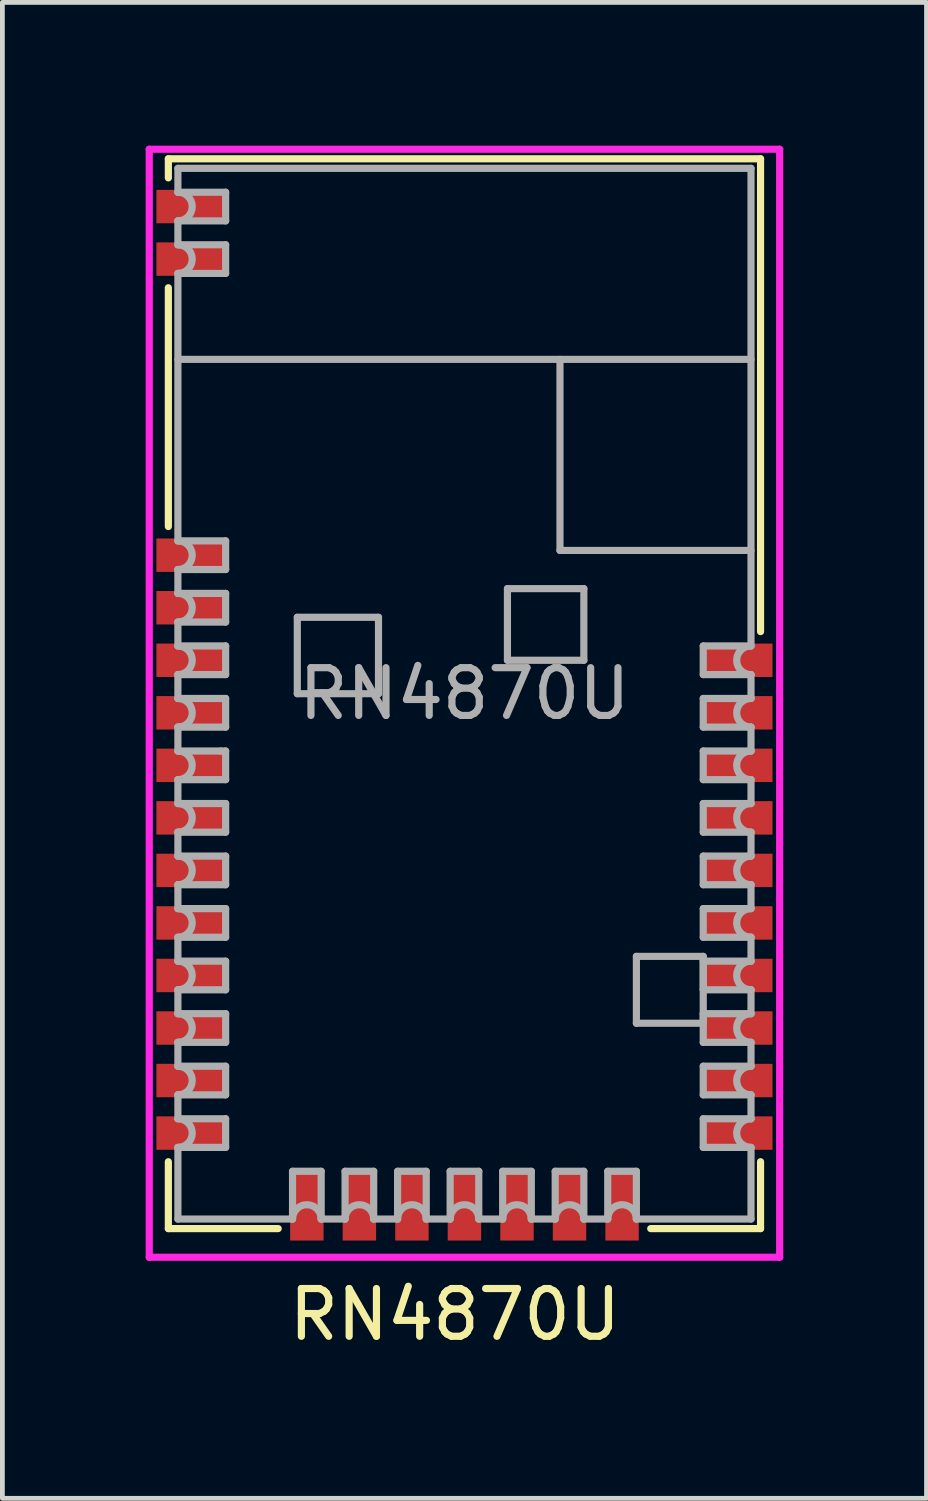
<source format=kicad_pcb>
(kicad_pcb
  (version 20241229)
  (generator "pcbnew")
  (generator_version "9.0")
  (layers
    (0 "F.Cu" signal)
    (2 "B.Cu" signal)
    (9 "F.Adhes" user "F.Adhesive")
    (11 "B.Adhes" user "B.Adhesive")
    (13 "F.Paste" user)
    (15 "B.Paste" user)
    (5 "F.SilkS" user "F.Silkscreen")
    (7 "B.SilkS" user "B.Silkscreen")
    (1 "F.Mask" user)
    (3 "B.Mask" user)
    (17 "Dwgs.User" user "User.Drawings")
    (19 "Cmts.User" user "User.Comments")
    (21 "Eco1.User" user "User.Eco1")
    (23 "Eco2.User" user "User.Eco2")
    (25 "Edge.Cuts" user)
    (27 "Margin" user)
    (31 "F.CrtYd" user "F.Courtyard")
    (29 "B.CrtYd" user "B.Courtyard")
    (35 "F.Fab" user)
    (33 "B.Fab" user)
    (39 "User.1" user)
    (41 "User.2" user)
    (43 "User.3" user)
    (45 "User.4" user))
  (footprint "RN4870U"
    (layer "F.Cu")
    (at 6.675 11.475)
    (property "Reference" "RN4870U" (at -0.2 13 0) (layer "F.SilkS") (effects (font (size 1 1) (thickness 0.15))))
    (attr through_hole)
    (fp_line (start -6.2 -11.2) (end 6.2 -11.2) (stroke (width 0.15) (type solid)) (layer "F.SilkS"))
    (fp_line (start -6.2 -10.8) (end -6.2 -11.2) (stroke (width 0.15) (type solid)) (layer "F.SilkS"))
    (fp_line (start -6.2 -3.5) (end -6.2 -8.5) (stroke (width 0.15) (type solid)) (layer "F.SilkS"))
    (fp_line (start -6.2 11.2) (end -6.2 9.8) (stroke (width 0.15) (type solid)) (layer "F.SilkS"))
    (fp_line (start -3.9 11.2) (end -6.2 11.2) (stroke (width 0.15) (type solid)) (layer "F.SilkS"))
    (fp_line (start 6.2 -11.2) (end 6.2 -1.3) (stroke (width 0.15) (type solid)) (layer "F.SilkS"))
    (fp_line (start 6.2 9.8) (end 6.2 11.2) (stroke (width 0.15) (type solid)) (layer "F.SilkS"))
    (fp_line (start 6.2 11.2) (end 3.9 11.2) (stroke (width 0.15) (type solid)) (layer "F.SilkS"))
    (fp_line (start -6.6 -11.4) (end -6.6 11.8) (stroke (width 0.15) (type solid)) (layer "F.CrtYd"))
    (fp_line (start -6.6 -11.4) (end 6.6 -11.4) (stroke (width 0.15) (type solid)) (layer "F.CrtYd"))
    (fp_line (start -6.6 11.8) (end 6.6 11.8) (stroke (width 0.15) (type solid)) (layer "F.CrtYd"))
    (fp_line (start 6.6 11.8) (end 6.6 -11.4) (stroke (width 0.15) (type solid)) (layer "F.CrtYd"))
    (fp_line (start -6 -11) (end 6 -11) (stroke (width 0.15) (type solid)) (layer "F.Fab"))
    (fp_line (start -6 -10.5) (end -6 -11) (stroke (width 0.15) (type solid)) (layer "F.Fab"))
    (fp_line (start -6 -10.5) (end -5 -10.5) (stroke (width 0.15) (type solid)) (layer "F.Fab"))
    (fp_line (start -6 -9.9) (end -6 -9.4) (stroke (width 0.15) (type solid)) (layer "F.Fab"))
    (fp_line (start -6 -9.4) (end -5 -9.4) (stroke (width 0.15) (type solid)) (layer "F.Fab"))
    (fp_line (start -6 -7) (end 6 -7) (stroke (width 0.15) (type solid)) (layer "F.Fab"))
    (fp_line (start -6 -3.2) (end -6 -8.8) (stroke (width 0.15) (type solid)) (layer "F.Fab"))
    (fp_line (start -6 -3.2) (end -5 -3.2) (stroke (width 0.15) (type solid)) (layer "F.Fab"))
    (fp_line (start -6 -2.1) (end -6 -2.6) (stroke (width 0.15) (type solid)) (layer "F.Fab"))
    (fp_line (start -6 -2.1) (end -5 -2.1) (stroke (width 0.15) (type solid)) (layer "F.Fab"))
    (fp_line (start -6 -1) (end -6 -1.5) (stroke (width 0.15) (type solid)) (layer "F.Fab"))
    (fp_line (start -6 -1) (end -5 -1) (stroke (width 0.15) (type solid)) (layer "F.Fab"))
    (fp_line (start -6 0.1) (end -6 -0.4) (stroke (width 0.15) (type solid)) (layer "F.Fab"))
    (fp_line (start -6 0.1) (end -5 0.1) (stroke (width 0.15) (type solid)) (layer "F.Fab"))
    (fp_line (start -6 1.2) (end -6 0.7) (stroke (width 0.15) (type solid)) (layer "F.Fab"))
    (fp_line (start -6 1.2) (end -5.1 1.2) (stroke (width 0.15) (type solid)) (layer "F.Fab"))
    (fp_line (start -6 2.3) (end -6 1.8) (stroke (width 0.15) (type solid)) (layer "F.Fab"))
    (fp_line (start -6 2.3) (end -5 2.3) (stroke (width 0.15) (type solid)) (layer "F.Fab"))
    (fp_line (start -6 3.4) (end -6 2.9) (stroke (width 0.15) (type solid)) (layer "F.Fab"))
    (fp_line (start -6 3.4) (end -5 3.4) (stroke (width 0.15) (type solid)) (layer "F.Fab"))
    (fp_line (start -6 4.5) (end -6 4) (stroke (width 0.15) (type solid)) (layer "F.Fab"))
    (fp_line (start -6 4.5) (end -5 4.5) (stroke (width 0.15) (type solid)) (layer "F.Fab"))
    (fp_line (start -6 5.6) (end -6 5.1) (stroke (width 0.15) (type solid)) (layer "F.Fab"))
    (fp_line (start -6 5.6) (end -5 5.6) (stroke (width 0.15) (type solid)) (layer "F.Fab"))
    (fp_line (start -6 6.7) (end -6 6.2) (stroke (width 0.15) (type solid)) (layer "F.Fab"))
    (fp_line (start -6 6.7) (end -5 6.7) (stroke (width 0.15) (type solid)) (layer "F.Fab"))
    (fp_line (start -6 7.8) (end -6 7.3) (stroke (width 0.15) (type solid)) (layer "F.Fab"))
    (fp_line (start -6 7.8) (end -5 7.8) (stroke (width 0.15) (type solid)) (layer "F.Fab"))
    (fp_line (start -6 8.9) (end -6 8.4) (stroke (width 0.15) (type solid)) (layer "F.Fab"))
    (fp_line (start -6 9.5) (end -5 9.5) (stroke (width 0.15) (type solid)) (layer "F.Fab"))
    (fp_line (start -6 11) (end -6 9.5) (stroke (width 0.15) (type solid)) (layer "F.Fab"))
    (fp_line (start -5.1 1.2) (end -5 1.2) (stroke (width 0.15) (type solid)) (layer "F.Fab"))
    (fp_line (start -5 -10.5) (end -5 -9.9) (stroke (width 0.15) (type solid)) (layer "F.Fab"))
    (fp_line (start -5 -9.9) (end -6 -9.9) (stroke (width 0.15) (type solid)) (layer "F.Fab"))
    (fp_line (start -5 -9.4) (end -5 -8.8) (stroke (width 0.15) (type solid)) (layer "F.Fab"))
    (fp_line (start -5 -8.8) (end -6 -8.8) (stroke (width 0.15) (type solid)) (layer "F.Fab"))
    (fp_line (start -5 -3.2) (end -5 -2.6) (stroke (width 0.15) (type solid)) (layer "F.Fab"))
    (fp_line (start -5 -2.6) (end -6 -2.6) (stroke (width 0.15) (type solid)) (layer "F.Fab"))
    (fp_line (start -5 -2.1) (end -5 -1.5) (stroke (width 0.15) (type solid)) (layer "F.Fab"))
    (fp_line (start -5 -1.5) (end -6 -1.5) (stroke (width 0.15) (type solid)) (layer "F.Fab"))
    (fp_line (start -5 -1) (end -5 -0.4) (stroke (width 0.15) (type solid)) (layer "F.Fab"))
    (fp_line (start -5 -0.4) (end -6 -0.4) (stroke (width 0.15) (type solid)) (layer "F.Fab"))
    (fp_line (start -5 0.1) (end -5 0.7) (stroke (width 0.15) (type solid)) (layer "F.Fab"))
    (fp_line (start -5 0.7) (end -6 0.7) (stroke (width 0.15) (type solid)) (layer "F.Fab"))
    (fp_line (start -5 1.2) (end -5 1.8) (stroke (width 0.15) (type solid)) (layer "F.Fab"))
    (fp_line (start -5 1.8) (end -6 1.8) (stroke (width 0.15) (type solid)) (layer "F.Fab"))
    (fp_line (start -5 2.3) (end -5 2.9) (stroke (width 0.15) (type solid)) (layer "F.Fab"))
    (fp_line (start -5 2.9) (end -6 2.9) (stroke (width 0.15) (type solid)) (layer "F.Fab"))
    (fp_line (start -5 3.4) (end -5 4) (stroke (width 0.15) (type solid)) (layer "F.Fab"))
    (fp_line (start -5 4) (end -6 4) (stroke (width 0.15) (type solid)) (layer "F.Fab"))
    (fp_line (start -5 4.5) (end -5 5.1) (stroke (width 0.15) (type solid)) (layer "F.Fab"))
    (fp_line (start -5 5.1) (end -6 5.1) (stroke (width 0.15) (type solid)) (layer "F.Fab"))
    (fp_line (start -5 5.6) (end -5 6.2) (stroke (width 0.15) (type solid)) (layer "F.Fab"))
    (fp_line (start -5 6.2) (end -6 6.2) (stroke (width 0.15) (type solid)) (layer "F.Fab"))
    (fp_line (start -5 6.7) (end -5 7.3) (stroke (width 0.15) (type solid)) (layer "F.Fab"))
    (fp_line (start -5 7.3) (end -6 7.3) (stroke (width 0.15) (type solid)) (layer "F.Fab"))
    (fp_line (start -5 7.8) (end -5 8.4) (stroke (width 0.15) (type solid)) (layer "F.Fab"))
    (fp_line (start -5 8.4) (end -6 8.4) (stroke (width 0.15) (type solid)) (layer "F.Fab"))
    (fp_line (start -5 8.9) (end -6 8.9) (stroke (width 0.15) (type solid)) (layer "F.Fab"))
    (fp_line (start -5 9.5) (end -5 8.9) (stroke (width 0.15) (type solid)) (layer "F.Fab"))
    (fp_line (start -3.6 10) (end -3 10) (stroke (width 0.15) (type solid)) (layer "F.Fab"))
    (fp_line (start -3.6 11) (end -6 11) (stroke (width 0.15) (type solid)) (layer "F.Fab"))
    (fp_line (start -3.6 11) (end -3.6 10) (stroke (width 0.15) (type solid)) (layer "F.Fab"))
    (fp_line (start -3.5 -1.6) (end -1.8 -1.6) (stroke (width 0.15) (type solid)) (layer "F.Fab"))
    (fp_line (start -3.5 0) (end -3.5 -1.6) (stroke (width 0.15) (type solid)) (layer "F.Fab"))
    (fp_line (start -3 10) (end -3 11) (stroke (width 0.15) (type solid)) (layer "F.Fab"))
    (fp_line (start -2.5 10) (end -2.5 11) (stroke (width 0.15) (type solid)) (layer "F.Fab"))
    (fp_line (start -2.5 11) (end -3 11) (stroke (width 0.15) (type solid)) (layer "F.Fab"))
    (fp_line (start -1.9 10) (end -2.5 10) (stroke (width 0.15) (type solid)) (layer "F.Fab"))
    (fp_line (start -1.9 11) (end -1.9 10) (stroke (width 0.15) (type solid)) (layer "F.Fab"))
    (fp_line (start -1.8 -1.6) (end -1.8 0) (stroke (width 0.15) (type solid)) (layer "F.Fab"))
    (fp_line (start -1.8 0) (end -3.5 0) (stroke (width 0.15) (type solid)) (layer "F.Fab"))
    (fp_line (start -1.4 10) (end -1.4 11) (stroke (width 0.15) (type solid)) (layer "F.Fab"))
    (fp_line (start -1.4 11) (end -1.9 11) (stroke (width 0.15) (type solid)) (layer "F.Fab"))
    (fp_line (start -0.8 10) (end -1.4 10) (stroke (width 0.15) (type solid)) (layer "F.Fab"))
    (fp_line (start -0.8 11) (end -0.8 10) (stroke (width 0.15) (type solid)) (layer "F.Fab"))
    (fp_line (start -0.3 10) (end -0.3 11) (stroke (width 0.15) (type solid)) (layer "F.Fab"))
    (fp_line (start -0.3 11) (end -0.8 11) (stroke (width 0.15) (type solid)) (layer "F.Fab"))
    (fp_line (start 0.3 10) (end -0.3 10) (stroke (width 0.15) (type solid)) (layer "F.Fab"))
    (fp_line (start 0.3 11) (end 0.3 10) (stroke (width 0.15) (type solid)) (layer "F.Fab"))
    (fp_line (start 0.8 10) (end 0.8 11) (stroke (width 0.15) (type solid)) (layer "F.Fab"))
    (fp_line (start 0.8 11) (end 0.3 11) (stroke (width 0.15) (type solid)) (layer "F.Fab"))
    (fp_line (start 0.9 -2.2) (end 0.9 -0.7) (stroke (width 0.15) (type solid)) (layer "F.Fab"))
    (fp_line (start 0.9 -0.7) (end 2.5 -0.7) (stroke (width 0.15) (type solid)) (layer "F.Fab"))
    (fp_line (start 1.4 10) (end 0.8 10) (stroke (width 0.15) (type solid)) (layer "F.Fab"))
    (fp_line (start 1.4 11) (end 1.4 10) (stroke (width 0.15) (type solid)) (layer "F.Fab"))
    (fp_line (start 1.9 10) (end 1.9 11) (stroke (width 0.15) (type solid)) (layer "F.Fab"))
    (fp_line (start 1.9 11) (end 1.4 11) (stroke (width 0.15) (type solid)) (layer "F.Fab"))
    (fp_line (start 2 -3) (end 2 -7) (stroke (width 0.15) (type solid)) (layer "F.Fab"))
    (fp_line (start 2 -3) (end 6 -3) (stroke (width 0.15) (type solid)) (layer "F.Fab"))
    (fp_line (start 2.5 -2.2) (end 0.9 -2.2) (stroke (width 0.15) (type solid)) (layer "F.Fab"))
    (fp_line (start 2.5 -0.7) (end 2.5 -2.2) (stroke (width 0.15) (type solid)) (layer "F.Fab"))
    (fp_line (start 2.5 10) (end 1.9 10) (stroke (width 0.15) (type solid)) (layer "F.Fab"))
    (fp_line (start 2.5 11) (end 2.5 10) (stroke (width 0.15) (type solid)) (layer "F.Fab"))
    (fp_line (start 3 10) (end 3.6 10) (stroke (width 0.15) (type solid)) (layer "F.Fab"))
    (fp_line (start 3 11) (end 2.5 11) (stroke (width 0.15) (type solid)) (layer "F.Fab"))
    (fp_line (start 3 11) (end 3 10) (stroke (width 0.15) (type solid)) (layer "F.Fab"))
    (fp_line (start 3.6 5.5) (end 5 5.5) (stroke (width 0.15) (type solid)) (layer "F.Fab"))
    (fp_line (start 3.6 6.9) (end 3.6 5.5) (stroke (width 0.15) (type solid)) (layer "F.Fab"))
    (fp_line (start 3.6 10) (end 3.6 11) (stroke (width 0.15) (type solid)) (layer "F.Fab"))
    (fp_line (start 5 -1) (end 5 -0.4) (stroke (width 0.15) (type solid)) (layer "F.Fab"))
    (fp_line (start 5 -0.4) (end 6 -0.4) (stroke (width 0.15) (type solid)) (layer "F.Fab"))
    (fp_line (start 5 0.1) (end 5 0.7) (stroke (width 0.15) (type solid)) (layer "F.Fab"))
    (fp_line (start 5 0.7) (end 6 0.7) (stroke (width 0.15) (type solid)) (layer "F.Fab"))
    (fp_line (start 5 1.2) (end 5 1.8) (stroke (width 0.15) (type solid)) (layer "F.Fab"))
    (fp_line (start 5 1.8) (end 6 1.8) (stroke (width 0.15) (type solid)) (layer "F.Fab"))
    (fp_line (start 5 2.3) (end 5 2.9) (stroke (width 0.15) (type solid)) (layer "F.Fab"))
    (fp_line (start 5 2.9) (end 6 2.9) (stroke (width 0.15) (type solid)) (layer "F.Fab"))
    (fp_line (start 5 3.4) (end 5 4) (stroke (width 0.15) (type solid)) (layer "F.Fab"))
    (fp_line (start 5 4) (end 6 4) (stroke (width 0.15) (type solid)) (layer "F.Fab"))
    (fp_line (start 5 4.5) (end 5 5.1) (stroke (width 0.15) (type solid)) (layer "F.Fab"))
    (fp_line (start 5 5.1) (end 6 5.1) (stroke (width 0.15) (type solid)) (layer "F.Fab"))
    (fp_line (start 5 5.5) (end 5 6.9) (stroke (width 0.15) (type solid)) (layer "F.Fab"))
    (fp_line (start 5 5.6) (end 5 6.2) (stroke (width 0.15) (type solid)) (layer "F.Fab"))
    (fp_line (start 5 6.2) (end 6 6.2) (stroke (width 0.15) (type solid)) (layer "F.Fab"))
    (fp_line (start 5 6.7) (end 5 7.3) (stroke (width 0.15) (type solid)) (layer "F.Fab"))
    (fp_line (start 5 6.9) (end 3.6 6.9) (stroke (width 0.15) (type solid)) (layer "F.Fab"))
    (fp_line (start 5 7.3) (end 6 7.3) (stroke (width 0.15) (type solid)) (layer "F.Fab"))
    (fp_line (start 5 7.8) (end 5 8.4) (stroke (width 0.15) (type solid)) (layer "F.Fab"))
    (fp_line (start 5 8.4) (end 6 8.4) (stroke (width 0.15) (type solid)) (layer "F.Fab"))
    (fp_line (start 5 9.5) (end 5 8.9) (stroke (width 0.15) (type solid)) (layer "F.Fab"))
    (fp_line (start 6 -11) (end 6 -1) (stroke (width 0.15) (type solid)) (layer "F.Fab"))
    (fp_line (start 6 -1) (end 5 -1) (stroke (width 0.15) (type solid)) (layer "F.Fab"))
    (fp_line (start 6 -0.4) (end 6 0.1) (stroke (width 0.15) (type solid)) (layer "F.Fab"))
    (fp_line (start 6 0.1) (end 5 0.1) (stroke (width 0.15) (type solid)) (layer "F.Fab"))
    (fp_line (start 6 0.7) (end 6 1.2) (stroke (width 0.15) (type solid)) (layer "F.Fab"))
    (fp_line (start 6 1.2) (end 5 1.2) (stroke (width 0.15) (type solid)) (layer "F.Fab"))
    (fp_line (start 6 1.8) (end 6 2.3) (stroke (width 0.15) (type solid)) (layer "F.Fab"))
    (fp_line (start 6 2.3) (end 5 2.3) (stroke (width 0.15) (type solid)) (layer "F.Fab"))
    (fp_line (start 6 2.9) (end 6 3.4) (stroke (width 0.15) (type solid)) (layer "F.Fab"))
    (fp_line (start 6 3.4) (end 5 3.4) (stroke (width 0.15) (type solid)) (layer "F.Fab"))
    (fp_line (start 6 4) (end 6 4.5) (stroke (width 0.15) (type solid)) (layer "F.Fab"))
    (fp_line (start 6 4.5) (end 5 4.5) (stroke (width 0.15) (type solid)) (layer "F.Fab"))
    (fp_line (start 6 5.1) (end 6 5.6) (stroke (width 0.15) (type solid)) (layer "F.Fab"))
    (fp_line (start 6 5.6) (end 5 5.6) (stroke (width 0.15) (type solid)) (layer "F.Fab"))
    (fp_line (start 6 6.2) (end 6 6.7) (stroke (width 0.15) (type solid)) (layer "F.Fab"))
    (fp_line (start 6 6.7) (end 5 6.7) (stroke (width 0.15) (type solid)) (layer "F.Fab"))
    (fp_line (start 6 7.3) (end 6 7.8) (stroke (width 0.15) (type solid)) (layer "F.Fab"))
    (fp_line (start 6 7.8) (end 5 7.8) (stroke (width 0.15) (type solid)) (layer "F.Fab"))
    (fp_line (start 6 8.4) (end 6 8.9) (stroke (width 0.15) (type solid)) (layer "F.Fab"))
    (fp_line (start 6 8.9) (end 5 8.9) (stroke (width 0.15) (type solid)) (layer "F.Fab"))
    (fp_line (start 6 9.5) (end 5 9.5) (stroke (width 0.15) (type solid)) (layer "F.Fab"))
    (fp_line (start 6 9.5) (end 6 11) (stroke (width 0.15) (type solid)) (layer "F.Fab"))
    (fp_line (start 6 11) (end 3.6 11) (stroke (width 0.15) (type solid)) (layer "F.Fab"))
    (fp_arc (start -6 -10.5) (mid -5.7 -10.2) (end -6 -9.9) (stroke (width 0.15) (type solid)) (layer "F.Fab"))
    (fp_arc (start -6 -9.4) (mid -5.7 -9.1) (end -6 -8.8) (stroke (width 0.15) (type solid)) (layer "F.Fab"))
    (fp_arc (start -6 -3.2) (mid -5.7 -2.9) (end -6 -2.6) (stroke (width 0.15) (type solid)) (layer "F.Fab"))
    (fp_arc (start -6 -2.1) (mid -5.7 -1.8) (end -6 -1.5) (stroke (width 0.15) (type solid)) (layer "F.Fab"))
    (fp_arc (start -6 -1) (mid -5.7 -0.7) (end -6 -0.4) (stroke (width 0.15) (type solid)) (layer "F.Fab"))
    (fp_arc (start -6 0.1) (mid -5.7 0.4) (end -6 0.7) (stroke (width 0.15) (type solid)) (layer "F.Fab"))
    (fp_arc (start -6 1.2) (mid -5.7 1.5) (end -6 1.8) (stroke (width 0.15) (type solid)) (layer "F.Fab"))
    (fp_arc (start -6 2.3) (mid -5.7 2.6) (end -6 2.9) (stroke (width 0.15) (type solid)) (layer "F.Fab"))
    (fp_arc (start -6 3.4) (mid -5.7 3.7) (end -6 4) (stroke (width 0.15) (type solid)) (layer "F.Fab"))
    (fp_arc (start -6 4.5) (mid -5.7 4.8) (end -6 5.1) (stroke (width 0.15) (type solid)) (layer "F.Fab"))
    (fp_arc (start -6 5.6) (mid -5.7 5.9) (end -6 6.2) (stroke (width 0.15) (type solid)) (layer "F.Fab"))
    (fp_arc (start -6 6.7) (mid -5.7 7) (end -6 7.3) (stroke (width 0.15) (type solid)) (layer "F.Fab"))
    (fp_arc (start -6 7.8) (mid -5.7 8.1) (end -6 8.4) (stroke (width 0.15) (type solid)) (layer "F.Fab"))
    (fp_arc (start -6 8.9) (mid -5.7 9.2) (end -6 9.5) (stroke (width 0.15) (type solid)) (layer "F.Fab"))
    (fp_arc (start -3.6 11) (mid -3.3 10.7) (end -3 11) (stroke (width 0.15) (type solid)) (layer "F.Fab"))
    (fp_arc (start -2.5 11) (mid -2.2 10.7) (end -1.9 11) (stroke (width 0.15) (type solid)) (layer "F.Fab"))
    (fp_arc (start -1.4 11) (mid -1.1 10.7) (end -0.8 11) (stroke (width 0.15) (type solid)) (layer "F.Fab"))
    (fp_arc (start -0.3 11) (mid 0 10.7) (end 0.3 11) (stroke (width 0.15) (type solid)) (layer "F.Fab"))
    (fp_arc (start 0.8 11) (mid 1.1 10.7) (end 1.4 11) (stroke (width 0.15) (type solid)) (layer "F.Fab"))
    (fp_arc (start 1.9 11) (mid 2.2 10.7) (end 2.5 11) (stroke (width 0.15) (type solid)) (layer "F.Fab"))
    (fp_arc (start 3 11) (mid 3.3 10.7) (end 3.6 11) (stroke (width 0.15) (type solid)) (layer "F.Fab"))
    (fp_arc (start 6 -0.4) (mid 5.7 -0.7) (end 6 -1) (stroke (width 0.15) (type solid)) (layer "F.Fab"))
    (fp_arc (start 6 0.7) (mid 5.7 0.4) (end 6 0.1) (stroke (width 0.15) (type solid)) (layer "F.Fab"))
    (fp_arc (start 6 1.8) (mid 5.7 1.5) (end 6 1.2) (stroke (width 0.15) (type solid)) (layer "F.Fab"))
    (fp_arc (start 6 2.9) (mid 5.7 2.6) (end 6 2.3) (stroke (width 0.15) (type solid)) (layer "F.Fab"))
    (fp_arc (start 6 4) (mid 5.7 3.7) (end 6 3.4) (stroke (width 0.15) (type solid)) (layer "F.Fab"))
    (fp_arc (start 6 5.1) (mid 5.7 4.8) (end 6 4.5) (stroke (width 0.15) (type solid)) (layer "F.Fab"))
    (fp_arc (start 6 6.2) (mid 5.7 5.9) (end 6 5.6) (stroke (width 0.15) (type solid)) (layer "F.Fab"))
    (fp_arc (start 6 7.3) (mid 5.7 7) (end 6 6.7) (stroke (width 0.15) (type solid)) (layer "F.Fab"))
    (fp_arc (start 6 8.4) (mid 5.7 8.1) (end 6 7.8) (stroke (width 0.15) (type solid)) (layer "F.Fab"))
    (fp_arc (start 6 9.5) (mid 5.7 9.2) (end 6 8.9) (stroke (width 0.15) (type solid)) (layer "F.Fab"))
    (fp_text user "${REFERENCE}" (at 0 0 0) (layer "F.Fab") (effects (font (size 1 1) (thickness 0.15))))
    (pad "1" smd rect (at -5.7 -10.2) (size 1.5 0.7) (layers "F.Cu" "F.Mask" "F.Paste"))
    (pad "2" smd rect (at -5.7 -9.1) (size 1.5 0.7) (layers "F.Cu" "F.Mask" "F.Paste"))
    (pad "3" smd rect (at -5.7 -2.9) (size 1.5 0.7) (layers "F.Cu" "F.Mask" "F.Paste"))
    (pad "4" smd rect (at -5.7 -1.8) (size 1.5 0.7) (layers "F.Cu" "F.Mask" "F.Paste"))
    (pad "5" smd rect (at -5.7 -0.7) (size 1.5 0.7) (layers "F.Cu" "F.Mask" "F.Paste"))
    (pad "6" smd rect (at -5.7 0.4) (size 1.5 0.7) (layers "F.Cu" "F.Mask" "F.Paste"))
    (pad "7" smd rect (at -5.7 1.5) (size 1.5 0.7) (layers "F.Cu" "F.Mask" "F.Paste"))
    (pad "8" smd rect (at -5.7 2.6) (size 1.5 0.7) (layers "F.Cu" "F.Mask" "F.Paste"))
    (pad "9" smd rect (at -5.7 3.7) (size 1.5 0.7) (layers "F.Cu" "F.Mask" "F.Paste"))
    (pad "10" smd rect (at -5.7 4.8) (size 1.5 0.7) (layers "F.Cu" "F.Mask" "F.Paste"))
    (pad "11" smd rect (at -5.7 5.9) (size 1.5 0.7) (layers "F.Cu" "F.Mask" "F.Paste"))
    (pad "12" smd rect (at -5.7 7) (size 1.5 0.7) (layers "F.Cu" "F.Mask" "F.Paste"))
    (pad "13" smd rect (at -5.7 8.1) (size 1.5 0.7) (layers "F.Cu" "F.Mask" "F.Paste"))
    (pad "14" smd rect (at -5.7 9.2) (size 1.5 0.7) (layers "F.Cu" "F.Mask" "F.Paste"))
    (pad "15" smd rect (at -3.3 10.7) (size 0.7 1.5) (layers "F.Cu" "F.Mask" "F.Paste"))
    (pad "16" smd rect (at -2.2 10.7) (size 0.7 1.5) (layers "F.Cu" "F.Mask" "F.Paste"))
    (pad "17" smd rect (at -1.1 10.7) (size 0.7 1.5) (layers "F.Cu" "F.Mask" "F.Paste"))
    (pad "18" smd rect (at 0 10.7) (size 0.7 1.5) (layers "F.Cu" "F.Mask" "F.Paste"))
    (pad "19" smd rect (at 1.1 10.7) (size 0.7 1.5) (layers "F.Cu" "F.Mask" "F.Paste"))
    (pad "20" smd rect (at 2.2 10.7) (size 0.7 1.5) (layers "F.Cu" "F.Mask" "F.Paste"))
    (pad "21" smd rect (at 3.3 10.7) (size 0.7 1.5) (layers "F.Cu" "F.Mask" "F.Paste"))
    (pad "22" smd rect (at 5.7 9.2) (size 1.5 0.7) (layers "F.Cu" "F.Mask" "F.Paste"))
    (pad "23" smd rect (at 5.7 8.1) (size 1.5 0.7) (layers "F.Cu" "F.Mask" "F.Paste"))
    (pad "24" smd rect (at 5.7 7) (size 1.5 0.7) (layers "F.Cu" "F.Mask" "F.Paste"))
    (pad "25" smd rect (at 5.7 5.9) (size 1.5 0.7) (layers "F.Cu" "F.Mask" "F.Paste"))
    (pad "26" smd rect (at 5.7 4.8) (size 1.5 0.7) (layers "F.Cu" "F.Mask" "F.Paste"))
    (pad "27" smd rect (at 5.7 3.7) (size 1.5 0.7) (layers "F.Cu" "F.Mask" "F.Paste"))
    (pad "28" smd rect (at 5.7 2.6) (size 1.5 0.7) (layers "F.Cu" "F.Mask" "F.Paste"))
    (pad "29" smd rect (at 5.7 1.5) (size 1.5 0.7) (layers "F.Cu" "F.Mask" "F.Paste"))
    (pad "30" smd rect (at 5.7 0.4) (size 1.5 0.7) (layers "F.Cu" "F.Mask" "F.Paste"))
    (pad "31" smd rect (at 5.7 -0.7) (size 1.5 0.7) (layers "F.Cu" "F.Mask" "F.Paste")))
  (gr_rect
    (start -3 -3)
    (end 16.35 28.323)
    (stroke (width 0.1) (type default))
    (fill no)
    (layer "Edge.Cuts")))
</source>
